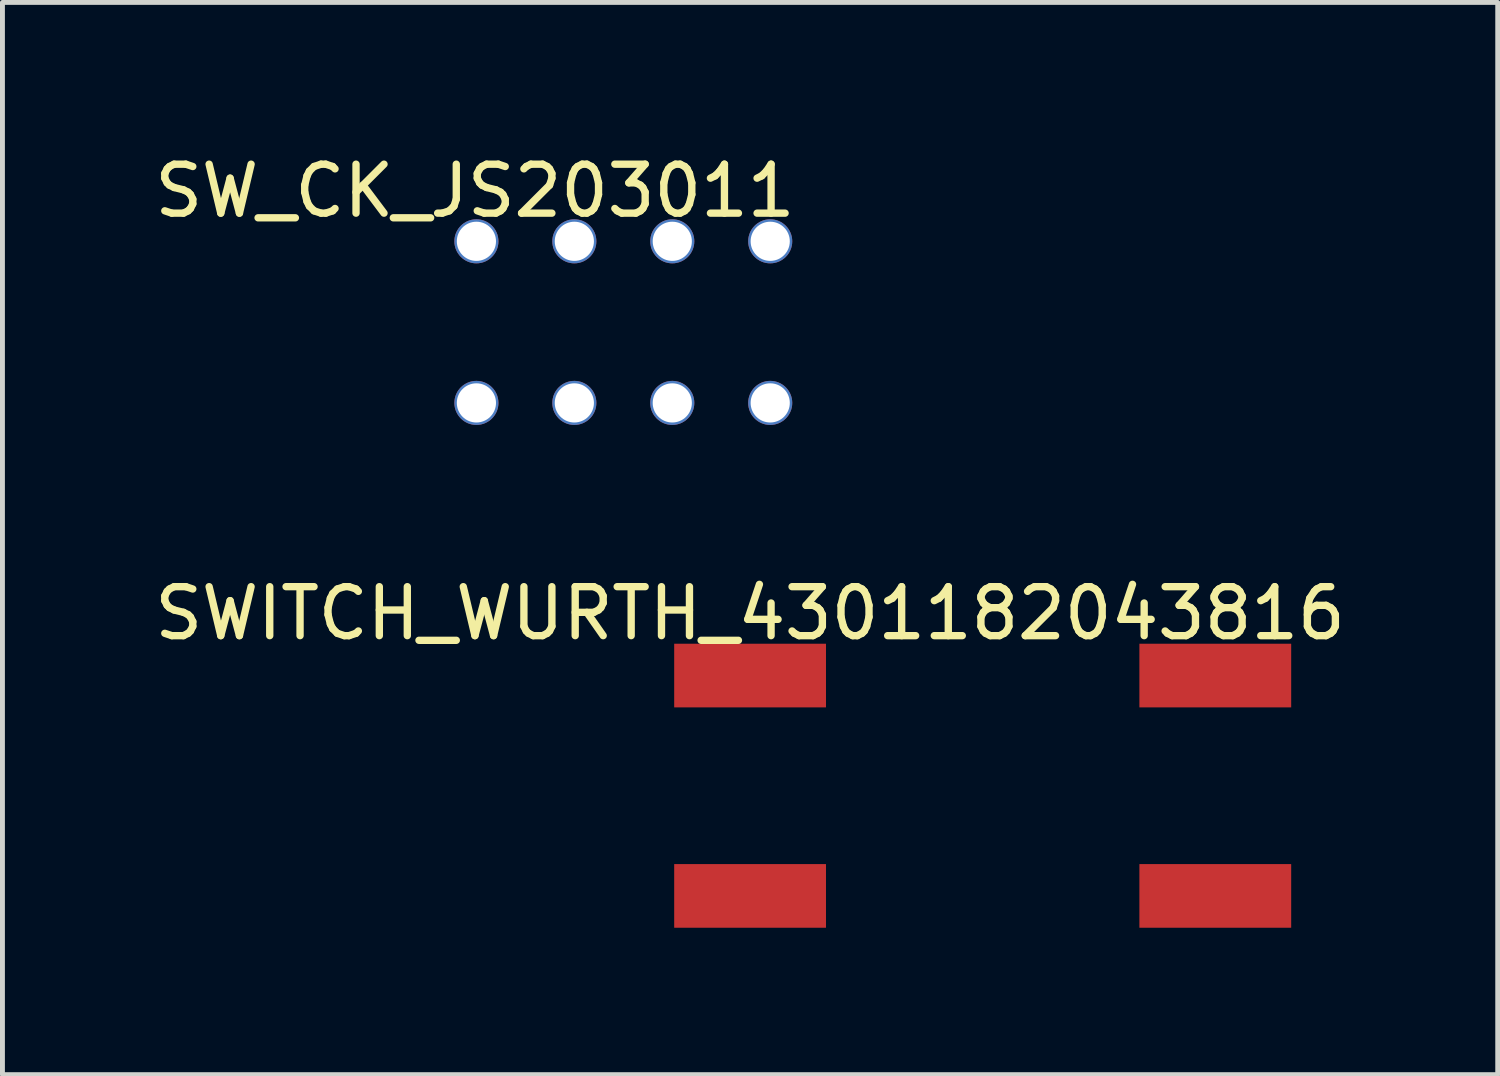
<source format=kicad_pcb>
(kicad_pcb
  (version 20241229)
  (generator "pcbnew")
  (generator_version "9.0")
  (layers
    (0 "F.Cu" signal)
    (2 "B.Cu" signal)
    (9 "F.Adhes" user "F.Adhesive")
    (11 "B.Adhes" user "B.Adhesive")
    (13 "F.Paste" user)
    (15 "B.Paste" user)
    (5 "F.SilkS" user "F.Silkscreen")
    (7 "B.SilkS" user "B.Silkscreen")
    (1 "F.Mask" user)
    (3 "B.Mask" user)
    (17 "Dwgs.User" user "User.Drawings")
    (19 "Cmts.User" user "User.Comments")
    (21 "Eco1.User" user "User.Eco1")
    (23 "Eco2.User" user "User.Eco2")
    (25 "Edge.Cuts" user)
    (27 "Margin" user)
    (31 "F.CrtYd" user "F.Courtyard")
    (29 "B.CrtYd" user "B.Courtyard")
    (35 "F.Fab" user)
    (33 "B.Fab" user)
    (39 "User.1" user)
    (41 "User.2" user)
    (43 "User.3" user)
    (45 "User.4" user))
  (footprint "SW_CK_JS203011"
    (layer "F.Cu")
    (at 6.679 1.878)
    (property "Reference" "SW_CK_JS203011" (at -0.03 -1.03 0) (layer "F.SilkS") (effects (font (size 1 1) (thickness 0.15))))
    (attr through_hole)
    (pad "1" thru_hole circle (at 0 0) (size 0.9 0.9) (drill 0.8) (layers "*.Cu" "*.Mask"))
    (pad "2" thru_hole circle (at 0 3.3) (size 0.9 0.9) (drill 0.8) (layers "*.Cu" "*.Mask"))
    (pad "3" thru_hole circle (at 2 0) (size 0.9 0.9) (drill 0.8) (layers "*.Cu" "*.Mask"))
    (pad "4" thru_hole circle (at 2 3.3) (size 0.9 0.9) (drill 0.8) (layers "*.Cu" "*.Mask"))
    (pad "6" thru_hole circle (at 4 0) (size 0.9 0.9) (drill 0.8) (layers "*.Cu" "*.Mask"))
    (pad "6" thru_hole circle (at 4 3.3) (size 0.9 0.9) (drill 0.8) (layers "*.Cu" "*.Mask"))
    (pad "7" thru_hole circle (at 6 0) (size 0.9 0.9) (drill 0.8) (layers "*.Cu" "*.Mask"))
    (pad "8" thru_hole circle (at 6 3.3) (size 0.9 0.9) (drill 0.8) (layers "*.Cu" "*.Mask")))
  (footprint "SWITCH_WURTH_4301182043816"
    (layer "F.Cu")
    (at 12.268 10.746)
    (property "Reference" "SWITCH_WURTH_4301182043816" (at 0 -1.27 0) (layer "F.SilkS") (effects (font (size 1 1) (thickness 0.15))))
    (attr through_hole)
    (pad "1" smd rect (at 0 0) (size 3.1 1.3) (layers "F.Cu" "F.Mask" "F.Paste"))
    (pad "2" smd rect (at 0 4.5) (size 3.1 1.3) (layers "F.Cu" "F.Mask" "F.Paste"))
    (pad "3" smd rect (at 9.5 0) (size 3.1 1.3) (layers "F.Cu" "F.Mask" "F.Paste"))
    (pad "4" smd rect (at 9.5 4.5) (size 3.1 1.3) (layers "F.Cu" "F.Mask" "F.Paste")))
  (gr_rect
    (start -3 -3)
    (end 27.536 18.896)
    (stroke (width 0.1) (type default))
    (fill no)
    (layer "Edge.Cuts")))
</source>
